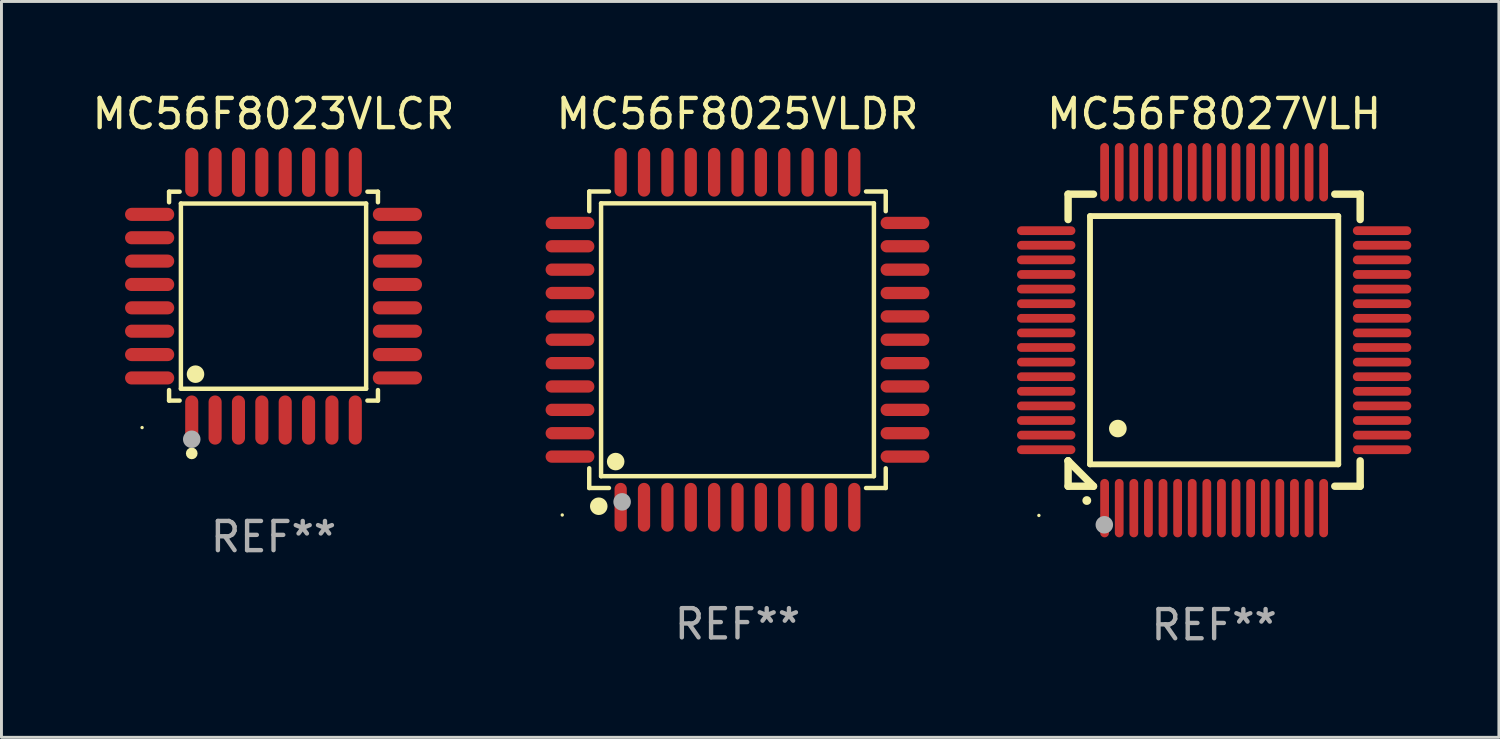
<source format=kicad_pcb>
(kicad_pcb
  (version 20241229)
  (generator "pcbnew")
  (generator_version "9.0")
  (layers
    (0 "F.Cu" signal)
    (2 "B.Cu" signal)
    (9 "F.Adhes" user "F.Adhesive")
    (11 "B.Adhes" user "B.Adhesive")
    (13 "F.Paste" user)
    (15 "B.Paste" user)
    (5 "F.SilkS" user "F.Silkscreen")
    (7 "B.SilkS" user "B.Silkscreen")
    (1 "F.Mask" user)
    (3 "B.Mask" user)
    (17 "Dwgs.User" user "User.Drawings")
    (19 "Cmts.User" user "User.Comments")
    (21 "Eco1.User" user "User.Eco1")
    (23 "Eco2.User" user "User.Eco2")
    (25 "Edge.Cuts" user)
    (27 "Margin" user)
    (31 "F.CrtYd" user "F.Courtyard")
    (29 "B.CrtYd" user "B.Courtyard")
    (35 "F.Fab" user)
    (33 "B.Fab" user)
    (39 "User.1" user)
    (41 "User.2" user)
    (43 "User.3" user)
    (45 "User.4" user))
  (footprint "MC56F8027VLH"
    (layer "F.Cu")
    (at 38.521 8.598)
    (property "Reference" "MC56F8027VLH" (at 0 -7.75 0) (layer "F.SilkS") (effects (font (size 1 1) (thickness 0.15))))
    (attr through_hole)
    (fp_line (start -5 -5) (end -4.131 -5) (stroke (width 0.254) (type solid)) (layer "F.SilkS"))
    (fp_line (start -5 -4.131) (end -5 -5) (stroke (width 0.254) (type solid)) (layer "F.SilkS"))
    (fp_line (start -5 4.131) (end -5 4.131) (stroke (width 0.254) (type solid)) (layer "F.SilkS"))
    (fp_line (start -5 5) (end -5 4.131) (stroke (width 0.254) (type solid)) (layer "F.SilkS"))
    (fp_line (start -5 4.131) (end -4.131 5) (stroke (width 0.254) (type solid)) (layer "F.SilkS"))
    (fp_line (start -4.25 -4.25) (end -4.25 4.25) (stroke (width 0.2) (type solid)) (layer "F.SilkS"))
    (fp_line (start -4.25 4.25) (end 4.25 4.25) (stroke (width 0.2) (type solid)) (layer "F.SilkS"))
    (fp_line (start -4.131 5) (end -5 5) (stroke (width 0.254) (type solid)) (layer "F.SilkS"))
    (fp_line (start 4.25 -4.25) (end -4.25 -4.25) (stroke (width 0.2) (type solid)) (layer "F.SilkS"))
    (fp_line (start 4.25 4.25) (end 4.25 -4.25) (stroke (width 0.2) (type solid)) (layer "F.SilkS"))
    (fp_line (start 5 -5) (end 4.131 -5) (stroke (width 0.254) (type solid)) (layer "F.SilkS"))
    (fp_line (start 5 -5) (end 5 -4.131) (stroke (width 0.254) (type solid)) (layer "F.SilkS"))
    (fp_line (start 5 4.131) (end 5 5) (stroke (width 0.254) (type solid)) (layer "F.SilkS"))
    (fp_line (start 5 5) (end 4.131 5) (stroke (width 0.254) (type solid)) (layer "F.SilkS"))
    (fp_arc (start -4.361265 5.489992) (mid -4.359995 5.489987) (end -4.358725 5.489992) (stroke (width 0.3) (type solid)) (layer "F.SilkS"))
    (fp_arc (start -3.299467 3.025146) (mid -3.296927 3.025135) (end -3.294387 3.025146) (stroke (width 0.6) (type solid)) (layer "F.SilkS"))
    (fp_circle (center -6 6) (end -5.97 6) (stroke (width 0.06) (type solid)) (fill no) (layer "F.SilkS"))
    (fp_circle (center -3.76 6.32) (end -3.61 6.32) (stroke (width 0.3) (type solid)) (fill no) (layer "F.Fab"))
    (fp_text user "REF**" (at 0 9.75 0) (layer "F.Fab") (effects (font (size 1 1) (thickness 0.15))))
    (pad "1" smd oval (at -3.75 5.75) (size 0.3 2) (layers "F.Cu" "F.Mask" "F.Paste"))
    (pad "2" smd oval (at -3.25 5.75) (size 0.3 2) (layers "F.Cu" "F.Mask" "F.Paste"))
    (pad "3" smd oval (at -2.75 5.75) (size 0.3 2) (layers "F.Cu" "F.Mask" "F.Paste"))
    (pad "4" smd oval (at -2.25 5.75) (size 0.3 2) (layers "F.Cu" "F.Mask" "F.Paste"))
    (pad "5" smd oval (at -1.75 5.75) (size 0.3 2) (layers "F.Cu" "F.Mask" "F.Paste"))
    (pad "6" smd oval (at -1.25 5.75) (size 0.3 2) (layers "F.Cu" "F.Mask" "F.Paste"))
    (pad "7" smd oval (at -0.75 5.75) (size 0.3 2) (layers "F.Cu" "F.Mask" "F.Paste"))
    (pad "8" smd oval (at -0.25 5.75) (size 0.3 2) (layers "F.Cu" "F.Mask" "F.Paste"))
    (pad "9" smd oval (at 0.25 5.75) (size 0.3 2) (layers "F.Cu" "F.Mask" "F.Paste"))
    (pad "10" smd oval (at 0.75 5.75) (size 0.3 2) (layers "F.Cu" "F.Mask" "F.Paste"))
    (pad "11" smd oval (at 1.25 5.75) (size 0.3 2) (layers "F.Cu" "F.Mask" "F.Paste"))
    (pad "12" smd oval (at 1.75 5.75) (size 0.3 2) (layers "F.Cu" "F.Mask" "F.Paste"))
    (pad "13" smd oval (at 2.25 5.75) (size 0.3 2) (layers "F.Cu" "F.Mask" "F.Paste"))
    (pad "14" smd oval (at 2.75 5.75) (size 0.3 2) (layers "F.Cu" "F.Mask" "F.Paste"))
    (pad "15" smd oval (at 3.25 5.75) (size 0.3 2) (layers "F.Cu" "F.Mask" "F.Paste"))
    (pad "16" smd oval (at 3.75 5.75) (size 0.3 2) (layers "F.Cu" "F.Mask" "F.Paste"))
    (pad "17" smd oval (at 5.75 3.75) (size 2 0.3) (layers "F.Cu" "F.Mask" "F.Paste"))
    (pad "18" smd oval (at 5.75 3.25) (size 2 0.3) (layers "F.Cu" "F.Mask" "F.Paste"))
    (pad "19" smd oval (at 5.75 2.75) (size 2 0.3) (layers "F.Cu" "F.Mask" "F.Paste"))
    (pad "20" smd oval (at 5.75 2.25) (size 2 0.3) (layers "F.Cu" "F.Mask" "F.Paste"))
    (pad "21" smd oval (at 5.75 1.75) (size 2 0.3) (layers "F.Cu" "F.Mask" "F.Paste"))
    (pad "22" smd oval (at 5.75 1.25) (size 2 0.3) (layers "F.Cu" "F.Mask" "F.Paste"))
    (pad "23" smd oval (at 5.75 0.75) (size 2 0.3) (layers "F.Cu" "F.Mask" "F.Paste"))
    (pad "24" smd oval (at 5.75 0.25) (size 2 0.3) (layers "F.Cu" "F.Mask" "F.Paste"))
    (pad "25" smd oval (at 5.75 -0.25) (size 2 0.3) (layers "F.Cu" "F.Mask" "F.Paste"))
    (pad "26" smd oval (at 5.75 -0.75) (size 2 0.3) (layers "F.Cu" "F.Mask" "F.Paste"))
    (pad "27" smd oval (at 5.75 -1.25) (size 2 0.3) (layers "F.Cu" "F.Mask" "F.Paste"))
    (pad "28" smd oval (at 5.75 -1.75) (size 2 0.3) (layers "F.Cu" "F.Mask" "F.Paste"))
    (pad "29" smd oval (at 5.75 -2.25) (size 2 0.3) (layers "F.Cu" "F.Mask" "F.Paste"))
    (pad "30" smd oval (at 5.75 -2.75) (size 2 0.3) (layers "F.Cu" "F.Mask" "F.Paste"))
    (pad "31" smd oval (at 5.75 -3.25) (size 2 0.3) (layers "F.Cu" "F.Mask" "F.Paste"))
    (pad "32" smd oval (at 5.75 -3.75) (size 2 0.3) (layers "F.Cu" "F.Mask" "F.Paste"))
    (pad "33" smd oval (at 3.75 -5.75) (size 0.3 2) (layers "F.Cu" "F.Mask" "F.Paste"))
    (pad "34" smd oval (at 3.25 -5.75) (size 0.3 2) (layers "F.Cu" "F.Mask" "F.Paste"))
    (pad "35" smd oval (at 2.75 -5.75) (size 0.3 2) (layers "F.Cu" "F.Mask" "F.Paste"))
    (pad "36" smd oval (at 2.25 -5.75) (size 0.3 2) (layers "F.Cu" "F.Mask" "F.Paste"))
    (pad "37" smd oval (at 1.75 -5.75) (size 0.3 2) (layers "F.Cu" "F.Mask" "F.Paste"))
    (pad "38" smd oval (at 1.25 -5.75) (size 0.3 2) (layers "F.Cu" "F.Mask" "F.Paste"))
    (pad "39" smd oval (at 0.75 -5.75) (size 0.3 2) (layers "F.Cu" "F.Mask" "F.Paste"))
    (pad "40" smd oval (at 0.25 -5.75) (size 0.3 2) (layers "F.Cu" "F.Mask" "F.Paste"))
    (pad "41" smd oval (at -0.25 -5.75) (size 0.3 2) (layers "F.Cu" "F.Mask" "F.Paste"))
    (pad "42" smd oval (at -0.75 -5.75) (size 0.3 2) (layers "F.Cu" "F.Mask" "F.Paste"))
    (pad "43" smd oval (at -1.25 -5.75) (size 0.3 2) (layers "F.Cu" "F.Mask" "F.Paste"))
    (pad "44" smd oval (at -1.75 -5.75) (size 0.3 2) (layers "F.Cu" "F.Mask" "F.Paste"))
    (pad "45" smd oval (at -2.25 -5.75) (size 0.3 2) (layers "F.Cu" "F.Mask" "F.Paste"))
    (pad "46" smd oval (at -2.75 -5.75) (size 0.3 2) (layers "F.Cu" "F.Mask" "F.Paste"))
    (pad "47" smd oval (at -3.25 -5.75) (size 0.3 2) (layers "F.Cu" "F.Mask" "F.Paste"))
    (pad "48" smd oval (at -3.75 -5.75) (size 0.3 2) (layers "F.Cu" "F.Mask" "F.Paste"))
    (pad "49" smd oval (at -5.75 -3.75) (size 2 0.3) (layers "F.Cu" "F.Mask" "F.Paste"))
    (pad "50" smd oval (at -5.75 -3.25) (size 2 0.3) (layers "F.Cu" "F.Mask" "F.Paste"))
    (pad "51" smd oval (at -5.75 -2.75) (size 2 0.3) (layers "F.Cu" "F.Mask" "F.Paste"))
    (pad "52" smd oval (at -5.75 -2.25) (size 2 0.3) (layers "F.Cu" "F.Mask" "F.Paste"))
    (pad "53" smd oval (at -5.75 -1.75) (size 2 0.3) (layers "F.Cu" "F.Mask" "F.Paste"))
    (pad "54" smd oval (at -5.75 -1.25) (size 2 0.3) (layers "F.Cu" "F.Mask" "F.Paste"))
    (pad "55" smd oval (at -5.75 -0.75) (size 2 0.3) (layers "F.Cu" "F.Mask" "F.Paste"))
    (pad "56" smd oval (at -5.75 -0.25) (size 2 0.3) (layers "F.Cu" "F.Mask" "F.Paste"))
    (pad "57" smd oval (at -5.75 0.25) (size 2 0.3) (layers "F.Cu" "F.Mask" "F.Paste"))
    (pad "58" smd oval (at -5.75 0.75) (size 2 0.3) (layers "F.Cu" "F.Mask" "F.Paste"))
    (pad "59" smd oval (at -5.75 1.25) (size 2 0.3) (layers "F.Cu" "F.Mask" "F.Paste"))
    (pad "60" smd oval (at -5.75 1.75) (size 2 0.3) (layers "F.Cu" "F.Mask" "F.Paste"))
    (pad "61" smd oval (at -5.75 2.25) (size 2 0.3) (layers "F.Cu" "F.Mask" "F.Paste"))
    (pad "62" smd oval (at -5.75 2.75) (size 2 0.3) (layers "F.Cu" "F.Mask" "F.Paste"))
    (pad "63" smd oval (at -5.75 3.25) (size 2 0.3) (layers "F.Cu" "F.Mask" "F.Paste"))
    (pad "64" smd oval (at -5.75 3.75) (size 2 0.3) (layers "F.Cu" "F.Mask" "F.Paste")))
  (footprint "MC56F8023VLCR"
    (layer "F.Cu")
    (at 6.315 7.09)
    (property "Reference" "MC56F8023VLCR" (at 0 -6.242 0) (layer "F.SilkS") (effects (font (size 1 1) (thickness 0.15))))
    (attr through_hole)
    (fp_line (start -3.576 -3.576) (end -3.215 -3.576) (stroke (width 0.152) (type solid)) (layer "F.SilkS"))
    (fp_line (start -3.576 -3.215) (end -3.576 -3.576) (stroke (width 0.152) (type solid)) (layer "F.SilkS"))
    (fp_line (start -3.576 3.215) (end -3.576 3.576) (stroke (width 0.152) (type solid)) (layer "F.SilkS"))
    (fp_line (start -3.576 3.576) (end -3.215 3.576) (stroke (width 0.152) (type solid)) (layer "F.SilkS"))
    (fp_line (start -3.171 -3.171) (end 3.171 -3.171) (stroke (width 0.152) (type solid)) (layer "F.SilkS"))
    (fp_line (start -3.171 3.171) (end -3.171 -3.171) (stroke (width 0.152) (type solid)) (layer "F.SilkS"))
    (fp_line (start 3.171 -3.171) (end 3.171 3.171) (stroke (width 0.152) (type solid)) (layer "F.SilkS"))
    (fp_line (start 3.171 3.171) (end -3.171 3.171) (stroke (width 0.152) (type solid)) (layer "F.SilkS"))
    (fp_line (start 3.576 -3.576) (end 3.215 -3.576) (stroke (width 0.152) (type solid)) (layer "F.SilkS"))
    (fp_line (start 3.576 -3.215) (end 3.576 -3.576) (stroke (width 0.152) (type solid)) (layer "F.SilkS"))
    (fp_line (start 3.576 3.215) (end 3.576 3.576) (stroke (width 0.152) (type solid)) (layer "F.SilkS"))
    (fp_line (start 3.576 3.576) (end 3.215 3.576) (stroke (width 0.152) (type solid)) (layer "F.SilkS"))
    (fp_circle (center -4.5 4.5) (end -4.47 4.5) (stroke (width 0.06) (type solid)) (fill no) (layer "F.SilkS"))
    (fp_circle (center -2.8 5.384) (end -2.7 5.384) (stroke (width 0.2) (type solid)) (fill no) (layer "F.SilkS"))
    (fp_circle (center -2.671 2.671) (end -2.521 2.671) (stroke (width 0.3) (type solid)) (fill no) (layer "F.SilkS"))
    (fp_circle (center -2.8 4.9) (end -2.65 4.9) (stroke (width 0.3) (type solid)) (fill no) (layer "F.Fab"))
    (fp_text user "REF**" (at 0 8.242 0) (layer "F.Fab") (effects (font (size 1 1) (thickness 0.15))))
    (pad "1" smd oval (at -2.8 4.242) (size 0.448 1.684) (layers "F.Cu" "F.Mask" "F.Paste"))
    (pad "2" smd oval (at -2 4.242) (size 0.448 1.684) (layers "F.Cu" "F.Mask" "F.Paste"))
    (pad "3" smd oval (at -1.2 4.242) (size 0.448 1.684) (layers "F.Cu" "F.Mask" "F.Paste"))
    (pad "4" smd oval (at -0.4 4.242) (size 0.448 1.684) (layers "F.Cu" "F.Mask" "F.Paste"))
    (pad "5" smd oval (at 0.4 4.242) (size 0.448 1.684) (layers "F.Cu" "F.Mask" "F.Paste"))
    (pad "6" smd oval (at 1.2 4.242) (size 0.448 1.684) (layers "F.Cu" "F.Mask" "F.Paste"))
    (pad "7" smd oval (at 2 4.242) (size 0.448 1.684) (layers "F.Cu" "F.Mask" "F.Paste"))
    (pad "8" smd oval (at 2.8 4.242) (size 0.448 1.684) (layers "F.Cu" "F.Mask" "F.Paste"))
    (pad "9" smd oval (at 4.242 2.8) (size 1.684 0.448) (layers "F.Cu" "F.Mask" "F.Paste"))
    (pad "10" smd oval (at 4.242 2) (size 1.684 0.448) (layers "F.Cu" "F.Mask" "F.Paste"))
    (pad "11" smd oval (at 4.242 1.2) (size 1.684 0.448) (layers "F.Cu" "F.Mask" "F.Paste"))
    (pad "12" smd oval (at 4.242 0.4) (size 1.684 0.448) (layers "F.Cu" "F.Mask" "F.Paste"))
    (pad "13" smd oval (at 4.242 -0.4) (size 1.684 0.448) (layers "F.Cu" "F.Mask" "F.Paste"))
    (pad "14" smd oval (at 4.242 -1.2) (size 1.684 0.448) (layers "F.Cu" "F.Mask" "F.Paste"))
    (pad "15" smd oval (at 4.242 -2) (size 1.684 0.448) (layers "F.Cu" "F.Mask" "F.Paste"))
    (pad "16" smd oval (at 4.242 -2.8) (size 1.684 0.448) (layers "F.Cu" "F.Mask" "F.Paste"))
    (pad "17" smd oval (at 2.8 -4.242) (size 0.448 1.684) (layers "F.Cu" "F.Mask" "F.Paste"))
    (pad "18" smd oval (at 2 -4.242) (size 0.448 1.684) (layers "F.Cu" "F.Mask" "F.Paste"))
    (pad "19" smd oval (at 1.2 -4.242) (size 0.448 1.684) (layers "F.Cu" "F.Mask" "F.Paste"))
    (pad "20" smd oval (at 0.4 -4.242) (size 0.448 1.684) (layers "F.Cu" "F.Mask" "F.Paste"))
    (pad "21" smd oval (at -0.4 -4.242) (size 0.448 1.684) (layers "F.Cu" "F.Mask" "F.Paste"))
    (pad "22" smd oval (at -1.2 -4.242) (size 0.448 1.684) (layers "F.Cu" "F.Mask" "F.Paste"))
    (pad "23" smd oval (at -2 -4.242) (size 0.448 1.684) (layers "F.Cu" "F.Mask" "F.Paste"))
    (pad "24" smd oval (at -2.8 -4.242) (size 0.448 1.684) (layers "F.Cu" "F.Mask" "F.Paste"))
    (pad "25" smd oval (at -4.242 -2.8) (size 1.684 0.448) (layers "F.Cu" "F.Mask" "F.Paste"))
    (pad "26" smd oval (at -4.242 -2) (size 1.684 0.448) (layers "F.Cu" "F.Mask" "F.Paste"))
    (pad "27" smd oval (at -4.242 -1.2) (size 1.684 0.448) (layers "F.Cu" "F.Mask" "F.Paste"))
    (pad "28" smd oval (at -4.242 -0.4) (size 1.684 0.448) (layers "F.Cu" "F.Mask" "F.Paste"))
    (pad "29" smd oval (at -4.242 0.4) (size 1.684 0.448) (layers "F.Cu" "F.Mask" "F.Paste"))
    (pad "30" smd oval (at -4.242 1.2) (size 1.684 0.448) (layers "F.Cu" "F.Mask" "F.Paste"))
    (pad "31" smd oval (at -4.242 2) (size 1.684 0.448) (layers "F.Cu" "F.Mask" "F.Paste"))
    (pad "32" smd oval (at -4.242 2.8) (size 1.684 0.448) (layers "F.Cu" "F.Mask" "F.Paste")))
  (footprint "MC56F8025VLDR"
    (layer "F.Cu")
    (at 22.201 8.583)
    (property "Reference" "MC56F8025VLDR" (at 0 -7.735 0) (layer "F.SilkS") (effects (font (size 1 1) (thickness 0.15))))
    (attr through_hole)
    (fp_line (start -5.076 -5.076) (end -4.401 -5.076) (stroke (width 0.152) (type solid)) (layer "F.SilkS"))
    (fp_line (start -5.076 -4.401) (end -5.076 -5.076) (stroke (width 0.152) (type solid)) (layer "F.SilkS"))
    (fp_line (start -5.076 4.401) (end -5.076 5.076) (stroke (width 0.152) (type solid)) (layer "F.SilkS"))
    (fp_line (start -5.076 5.076) (end -4.401 5.076) (stroke (width 0.152) (type solid)) (layer "F.SilkS"))
    (fp_line (start -4.671 -4.671) (end 4.671 -4.671) (stroke (width 0.152) (type solid)) (layer "F.SilkS"))
    (fp_line (start -4.671 4.671) (end -4.671 -4.671) (stroke (width 0.152) (type solid)) (layer "F.SilkS"))
    (fp_line (start 4.671 -4.671) (end 4.671 4.671) (stroke (width 0.152) (type solid)) (layer "F.SilkS"))
    (fp_line (start 4.671 4.671) (end -4.671 4.671) (stroke (width 0.152) (type solid)) (layer "F.SilkS"))
    (fp_line (start 5.076 -5.076) (end 4.401 -5.076) (stroke (width 0.152) (type solid)) (layer "F.SilkS"))
    (fp_line (start 5.076 -4.401) (end 5.076 -5.076) (stroke (width 0.152) (type solid)) (layer "F.SilkS"))
    (fp_line (start 5.076 4.401) (end 5.076 5.076) (stroke (width 0.152) (type solid)) (layer "F.SilkS"))
    (fp_line (start 5.076 5.076) (end 4.401 5.076) (stroke (width 0.152) (type solid)) (layer "F.SilkS"))
    (fp_circle (center -6 6) (end -5.97 6) (stroke (width 0.06) (type solid)) (fill no) (layer "F.SilkS"))
    (fp_circle (center -4.75 5.7) (end -4.6 5.7) (stroke (width 0.3) (type solid)) (fill no) (layer "F.SilkS"))
    (fp_circle (center -4.171 4.171) (end -4.021 4.171) (stroke (width 0.3) (type solid)) (fill no) (layer "F.SilkS"))
    (fp_circle (center -3.95 5.55) (end -3.8 5.55) (stroke (width 0.3) (type solid)) (fill no) (layer "F.Fab"))
    (fp_text user "REF**" (at 0 9.735 0) (layer "F.Fab") (effects (font (size 1 1) (thickness 0.15))))
    (pad "1" smd oval (at -4 5.735) (size 0.42 1.67) (layers "F.Cu" "F.Mask" "F.Paste"))
    (pad "2" smd oval (at -3.2 5.735) (size 0.42 1.67) (layers "F.Cu" "F.Mask" "F.Paste"))
    (pad "3" smd oval (at -2.4 5.735) (size 0.42 1.67) (layers "F.Cu" "F.Mask" "F.Paste"))
    (pad "4" smd oval (at -1.6 5.735) (size 0.42 1.67) (layers "F.Cu" "F.Mask" "F.Paste"))
    (pad "5" smd oval (at -0.8 5.735) (size 0.42 1.67) (layers "F.Cu" "F.Mask" "F.Paste"))
    (pad "6" smd oval (at 0 5.735) (size 0.42 1.67) (layers "F.Cu" "F.Mask" "F.Paste"))
    (pad "7" smd oval (at 0.8 5.735) (size 0.42 1.67) (layers "F.Cu" "F.Mask" "F.Paste"))
    (pad "8" smd oval (at 1.6 5.735) (size 0.42 1.67) (layers "F.Cu" "F.Mask" "F.Paste"))
    (pad "9" smd oval (at 2.4 5.735) (size 0.42 1.67) (layers "F.Cu" "F.Mask" "F.Paste"))
    (pad "10" smd oval (at 3.2 5.735) (size 0.42 1.67) (layers "F.Cu" "F.Mask" "F.Paste"))
    (pad "11" smd oval (at 4 5.735) (size 0.42 1.67) (layers "F.Cu" "F.Mask" "F.Paste"))
    (pad "12" smd oval (at 5.735 4) (size 1.67 0.42) (layers "F.Cu" "F.Mask" "F.Paste"))
    (pad "13" smd oval (at 5.735 3.2) (size 1.67 0.42) (layers "F.Cu" "F.Mask" "F.Paste"))
    (pad "14" smd oval (at 5.735 2.4) (size 1.67 0.42) (layers "F.Cu" "F.Mask" "F.Paste"))
    (pad "15" smd oval (at 5.735 1.6) (size 1.67 0.42) (layers "F.Cu" "F.Mask" "F.Paste"))
    (pad "16" smd oval (at 5.735 0.8) (size 1.67 0.42) (layers "F.Cu" "F.Mask" "F.Paste"))
    (pad "17" smd oval (at 5.735 0) (size 1.67 0.42) (layers "F.Cu" "F.Mask" "F.Paste"))
    (pad "18" smd oval (at 5.735 -0.8) (size 1.67 0.42) (layers "F.Cu" "F.Mask" "F.Paste"))
    (pad "19" smd oval (at 5.735 -1.6) (size 1.67 0.42) (layers "F.Cu" "F.Mask" "F.Paste"))
    (pad "20" smd oval (at 5.735 -2.4) (size 1.67 0.42) (layers "F.Cu" "F.Mask" "F.Paste"))
    (pad "21" smd oval (at 5.735 -3.2) (size 1.67 0.42) (layers "F.Cu" "F.Mask" "F.Paste"))
    (pad "22" smd oval (at 5.735 -4) (size 1.67 0.42) (layers "F.Cu" "F.Mask" "F.Paste"))
    (pad "23" smd oval (at 4 -5.735) (size 0.42 1.67) (layers "F.Cu" "F.Mask" "F.Paste"))
    (pad "24" smd oval (at 3.2 -5.735) (size 0.42 1.67) (layers "F.Cu" "F.Mask" "F.Paste"))
    (pad "25" smd oval (at 2.4 -5.735) (size 0.42 1.67) (layers "F.Cu" "F.Mask" "F.Paste"))
    (pad "26" smd oval (at 1.6 -5.735) (size 0.42 1.67) (layers "F.Cu" "F.Mask" "F.Paste"))
    (pad "27" smd oval (at 0.8 -5.735) (size 0.42 1.67) (layers "F.Cu" "F.Mask" "F.Paste"))
    (pad "28" smd oval (at 0 -5.735) (size 0.42 1.67) (layers "F.Cu" "F.Mask" "F.Paste"))
    (pad "29" smd oval (at -0.8 -5.735) (size 0.42 1.67) (layers "F.Cu" "F.Mask" "F.Paste"))
    (pad "30" smd oval (at -1.6 -5.735) (size 0.42 1.67) (layers "F.Cu" "F.Mask" "F.Paste"))
    (pad "31" smd oval (at -2.4 -5.735) (size 0.42 1.67) (layers "F.Cu" "F.Mask" "F.Paste"))
    (pad "32" smd oval (at -3.2 -5.735) (size 0.42 1.67) (layers "F.Cu" "F.Mask" "F.Paste"))
    (pad "33" smd oval (at -4 -5.735) (size 0.42 1.67) (layers "F.Cu" "F.Mask" "F.Paste"))
    (pad "34" smd oval (at -5.735 -4) (size 1.67 0.42) (layers "F.Cu" "F.Mask" "F.Paste"))
    (pad "35" smd oval (at -5.735 -3.2) (size 1.67 0.42) (layers "F.Cu" "F.Mask" "F.Paste"))
    (pad "36" smd oval (at -5.735 -2.4) (size 1.67 0.42) (layers "F.Cu" "F.Mask" "F.Paste"))
    (pad "37" smd oval (at -5.735 -1.6) (size 1.67 0.42) (layers "F.Cu" "F.Mask" "F.Paste"))
    (pad "38" smd oval (at -5.735 -0.8) (size 1.67 0.42) (layers "F.Cu" "F.Mask" "F.Paste"))
    (pad "39" smd oval (at -5.735 0) (size 1.67 0.42) (layers "F.Cu" "F.Mask" "F.Paste"))
    (pad "40" smd oval (at -5.735 0.8) (size 1.67 0.42) (layers "F.Cu" "F.Mask" "F.Paste"))
    (pad "41" smd oval (at -5.735 1.6) (size 1.67 0.42) (layers "F.Cu" "F.Mask" "F.Paste"))
    (pad "42" smd oval (at -5.735 2.4) (size 1.67 0.42) (layers "F.Cu" "F.Mask" "F.Paste"))
    (pad "43" smd oval (at -5.735 3.2) (size 1.67 0.42) (layers "F.Cu" "F.Mask" "F.Paste"))
    (pad "44" smd oval (at -5.735 4) (size 1.67 0.42) (layers "F.Cu" "F.Mask" "F.Paste")))
  (gr_rect
    (start -3 -3)
    (end 48.271 22.196)
    (stroke (width 0.1) (type default))
    (fill no)
    (layer "Edge.Cuts")))
</source>
